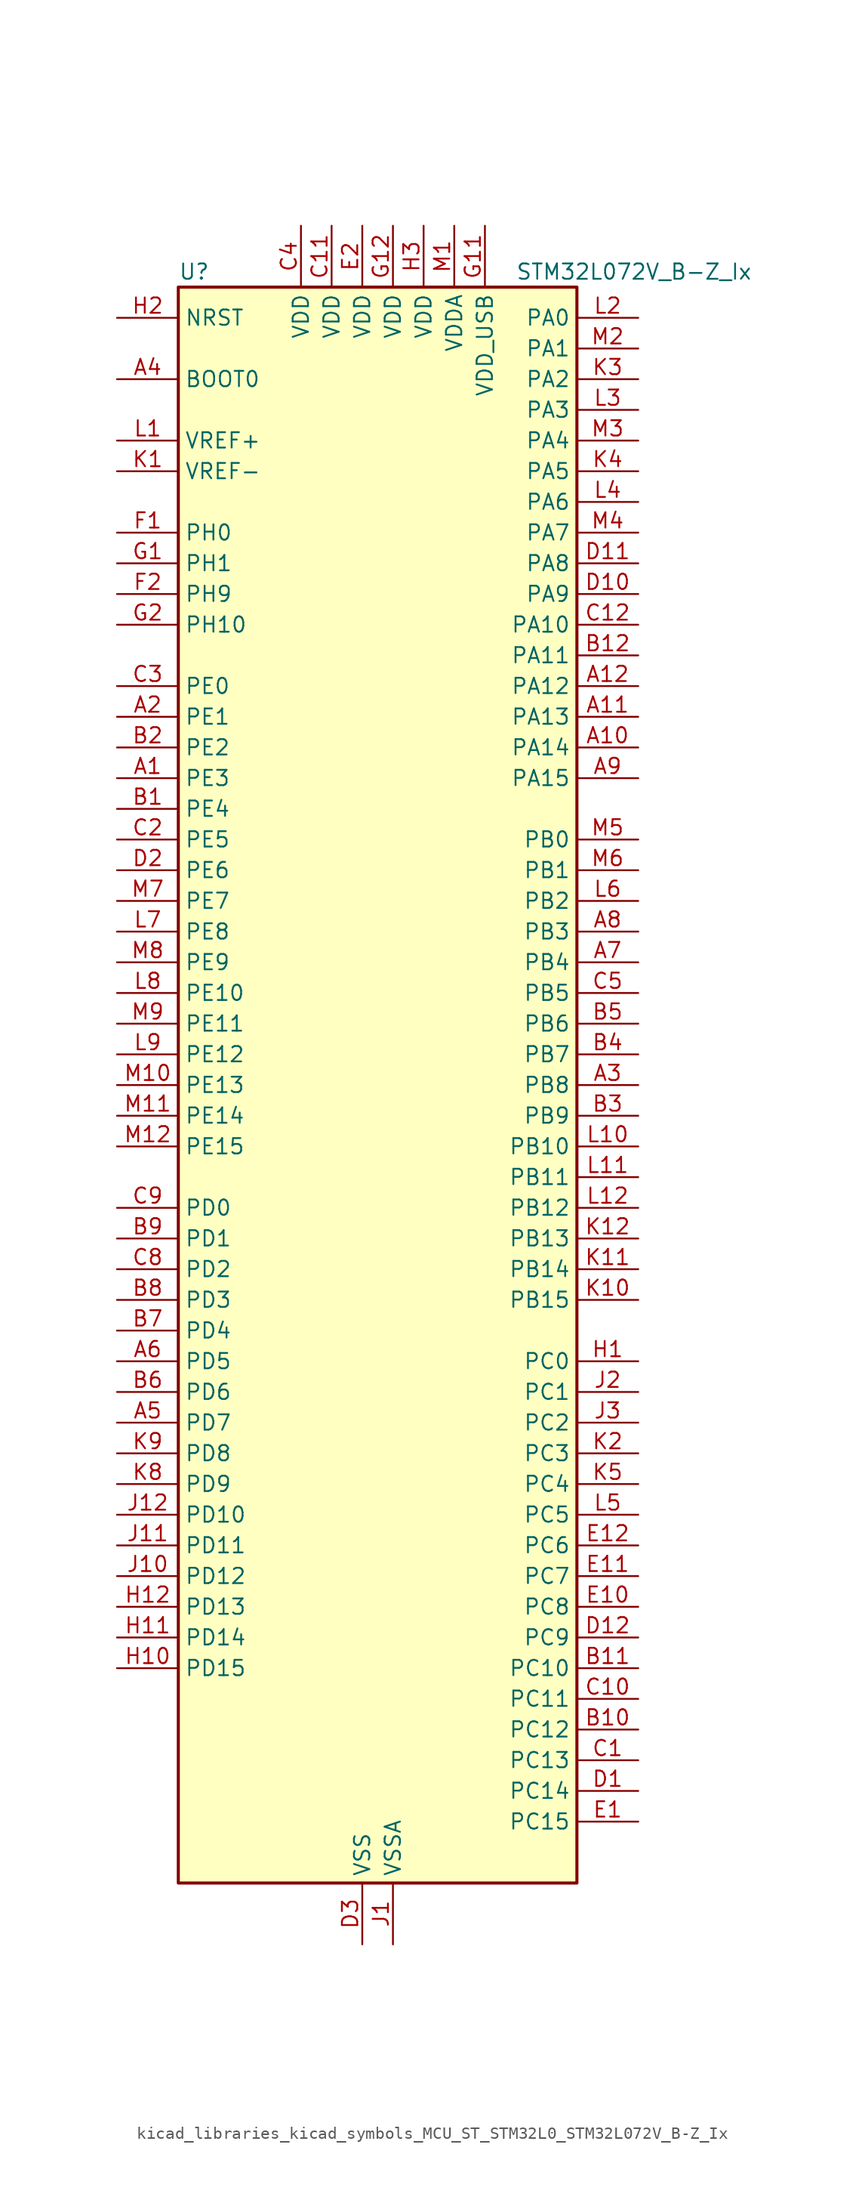
<source format=kicad_sym>
(kicad_symbol_lib
  (version 20220914)
  (generator kicad_symbol_editor)
  (symbol "kicad_libraries_kicad_symbols_MCU_ST_STM32L0_STM32L072V_B-Z_Ix"
    (property "Reference" "U"
      (at -15.24 67.31 0)
      (effects (font (size 1.27 1.27)) (justify left)))
    (property "Value" "STM32L072V_B-Z_Ix"
      (at 12.7 67.31 0)
      (effects (font (size 1.27 1.27)) (justify left)))
    (property "ki_locked" ""
      (at 0 0 0)
      (effects (font (size 1.27 1.27))))
    (symbol "kicad_libraries_kicad_symbols_MCU_ST_STM32L0_STM32L072V_B-Z_Ix_0_1"
      (rectangle (start -15.24 -66.04) (end 17.78 66.04) (stroke (width 0.254) (type default)) (fill (type background))))
    (symbol "kicad_libraries_kicad_symbols_MCU_ST_STM32L0_STM32L072V_B-Z_Ix_1_1"
      (pin bidirectional line (at -20.32 25.4 0) (length 5.08) (name "PE3" (effects (font (size 1.27 1.27)))) (number "A1" (effects (font (size 1.27 1.27)))) (alternate "TIM22_CH1" bidirectional line) (alternate "TIM3_CH1" bidirectional line))
      (pin bidirectional line (at 22.86 27.94 180) (length 5.08) (name "PA14" (effects (font (size 1.27 1.27)))) (number "A10" (effects (font (size 1.27 1.27)))) (alternate "LPUART1_TX" bidirectional line) (alternate "SYS_SWCLK" bidirectional line) (alternate "USART2_TX" bidirectional line))
      (pin bidirectional line (at 22.86 30.48 180) (length 5.08) (name "PA13" (effects (font (size 1.27 1.27)))) (number "A11" (effects (font (size 1.27 1.27)))) (alternate "LPUART1_RX" bidirectional line) (alternate "SYS_SWDIO" bidirectional line) (alternate "USB_NOE" bidirectional line))
      (pin bidirectional line (at 22.86 33.02 180) (length 5.08) (name "PA12" (effects (font (size 1.27 1.27)))) (number "A12" (effects (font (size 1.27 1.27)))) (alternate "COMP2_OUT" bidirectional line) (alternate "SPI1_MOSI" bidirectional line) (alternate "TSC_G4_IO4" bidirectional line) (alternate "USART1_DE" bidirectional line) (alternate "USART1_RTS" bidirectional line) (alternate "USB_DP" bidirectional line))
      (pin bidirectional line (at -20.32 30.48 0) (length 5.08) (name "PE1" (effects (font (size 1.27 1.27)))) (number "A2" (effects (font (size 1.27 1.27)))))
      (pin bidirectional line (at 22.86 0 180) (length 5.08) (name "PB8" (effects (font (size 1.27 1.27)))) (number "A3" (effects (font (size 1.27 1.27)))) (alternate "I2C1_SCL" bidirectional line) (alternate "TSC_SYNC" bidirectional line))
      (pin input line (at -20.32 58.42 0) (length 5.08) (name "BOOT0" (effects (font (size 1.27 1.27)))) (number "A4" (effects (font (size 1.27 1.27)))))
      (pin bidirectional line (at -20.32 -27.94 0) (length 5.08) (name "PD7" (effects (font (size 1.27 1.27)))) (number "A5" (effects (font (size 1.27 1.27)))) (alternate "TIM21_CH2" bidirectional line) (alternate "USART2_CK" bidirectional line))
      (pin bidirectional line (at -20.32 -22.86 0) (length 5.08) (name "PD5" (effects (font (size 1.27 1.27)))) (number "A6" (effects (font (size 1.27 1.27)))) (alternate "USART2_TX" bidirectional line))
      (pin bidirectional line (at 22.86 10.16 180) (length 5.08) (name "PB4" (effects (font (size 1.27 1.27)))) (number "A7" (effects (font (size 1.27 1.27)))) (alternate "COMP2_INP" bidirectional line) (alternate "I2C3_SDA" bidirectional line) (alternate "SPI1_MISO" bidirectional line) (alternate "TIM22_CH1" bidirectional line) (alternate "TIM3_CH1" bidirectional line) (alternate "TSC_G5_IO2" bidirectional line) (alternate "USART1_CTS" bidirectional line) (alternate "USART5_RX" bidirectional line))
      (pin bidirectional line (at 22.86 12.7 180) (length 5.08) (name "PB3" (effects (font (size 1.27 1.27)))) (number "A8" (effects (font (size 1.27 1.27)))) (alternate "COMP2_INM" bidirectional line) (alternate "SPI1_SCK" bidirectional line) (alternate "TIM2_CH2" bidirectional line) (alternate "TSC_G5_IO1" bidirectional line) (alternate "USART1_DE" bidirectional line) (alternate "USART1_RTS" bidirectional line) (alternate "USART5_TX" bidirectional line))
      (pin bidirectional line (at 22.86 25.4 180) (length 5.08) (name "PA15" (effects (font (size 1.27 1.27)))) (number "A9" (effects (font (size 1.27 1.27)))) (alternate "SPI1_NSS" bidirectional line) (alternate "TIM2_CH1" bidirectional line) (alternate "TIM2_ETR" bidirectional line) (alternate "USART2_RX" bidirectional line) (alternate "USART4_DE" bidirectional line) (alternate "USART4_RTS" bidirectional line))
      (pin bidirectional line (at -20.32 22.86 0) (length 5.08) (name "PE4" (effects (font (size 1.27 1.27)))) (number "B1" (effects (font (size 1.27 1.27)))) (alternate "TIM22_CH2" bidirectional line) (alternate "TIM3_CH2" bidirectional line))
      (pin bidirectional line (at 22.86 -53.34 180) (length 5.08) (name "PC12" (effects (font (size 1.27 1.27)))) (number "B10" (effects (font (size 1.27 1.27)))) (alternate "USART4_CK" bidirectional line) (alternate "USART5_TX" bidirectional line))
      (pin bidirectional line (at 22.86 -48.26 180) (length 5.08) (name "PC10" (effects (font (size 1.27 1.27)))) (number "B11" (effects (font (size 1.27 1.27)))) (alternate "LPUART1_TX" bidirectional line) (alternate "USART4_TX" bidirectional line))
      (pin bidirectional line (at 22.86 35.56 180) (length 5.08) (name "PA11" (effects (font (size 1.27 1.27)))) (number "B12" (effects (font (size 1.27 1.27)))) (alternate "ADC_EXTI11" bidirectional line) (alternate "COMP1_OUT" bidirectional line) (alternate "SPI1_MISO" bidirectional line) (alternate "TSC_G4_IO3" bidirectional line) (alternate "USART1_CTS" bidirectional line) (alternate "USB_DM" bidirectional line))
      (pin bidirectional line (at -20.32 27.94 0) (length 5.08) (name "PE2" (effects (font (size 1.27 1.27)))) (number "B2" (effects (font (size 1.27 1.27)))) (alternate "TIM3_ETR" bidirectional line))
      (pin bidirectional line (at 22.86 -2.54 180) (length 5.08) (name "PB9" (effects (font (size 1.27 1.27)))) (number "B3" (effects (font (size 1.27 1.27)))) (alternate "DAC_EXTI9" bidirectional line) (alternate "I2C1_SDA" bidirectional line) (alternate "I2S2_WS" bidirectional line) (alternate "SPI2_NSS" bidirectional line))
      (pin bidirectional line (at 22.86 2.54 180) (length 5.08) (name "PB7" (effects (font (size 1.27 1.27)))) (number "B4" (effects (font (size 1.27 1.27)))) (alternate "COMP2_INP" bidirectional line) (alternate "I2C1_SDA" bidirectional line) (alternate "LPTIM1_IN2" bidirectional line) (alternate "SYS_PVD_IN" bidirectional line) (alternate "TSC_G5_IO4" bidirectional line) (alternate "USART1_RX" bidirectional line) (alternate "USART4_CTS" bidirectional line))
      (pin bidirectional line (at 22.86 5.08 180) (length 5.08) (name "PB6" (effects (font (size 1.27 1.27)))) (number "B5" (effects (font (size 1.27 1.27)))) (alternate "COMP2_INP" bidirectional line) (alternate "I2C1_SCL" bidirectional line) (alternate "LPTIM1_ETR" bidirectional line) (alternate "TSC_G5_IO3" bidirectional line) (alternate "USART1_TX" bidirectional line))
      (pin bidirectional line (at -20.32 -25.4 0) (length 5.08) (name "PD6" (effects (font (size 1.27 1.27)))) (number "B6" (effects (font (size 1.27 1.27)))) (alternate "USART2_RX" bidirectional line))
      (pin bidirectional line (at -20.32 -20.32 0) (length 5.08) (name "PD4" (effects (font (size 1.27 1.27)))) (number "B7" (effects (font (size 1.27 1.27)))) (alternate "I2S2_SD" bidirectional line) (alternate "SPI2_MOSI" bidirectional line) (alternate "USART2_DE" bidirectional line) (alternate "USART2_RTS" bidirectional line))
      (pin bidirectional line (at -20.32 -17.78 0) (length 5.08) (name "PD3" (effects (font (size 1.27 1.27)))) (number "B8" (effects (font (size 1.27 1.27)))) (alternate "I2S2_MCK" bidirectional line) (alternate "SPI2_MISO" bidirectional line) (alternate "USART2_CTS" bidirectional line))
      (pin bidirectional line (at -20.32 -12.7 0) (length 5.08) (name "PD1" (effects (font (size 1.27 1.27)))) (number "B9" (effects (font (size 1.27 1.27)))) (alternate "I2S2_CK" bidirectional line) (alternate "SPI2_SCK" bidirectional line))
      (pin bidirectional line (at 22.86 -55.88 180) (length 5.08) (name "PC13" (effects (font (size 1.27 1.27)))) (number "C1" (effects (font (size 1.27 1.27)))) (alternate "RTC_OUT_ALARM" bidirectional line) (alternate "RTC_OUT_CALIB" bidirectional line) (alternate "RTC_TAMP1" bidirectional line) (alternate "RTC_TS" bidirectional line) (alternate "SYS_WKUP2" bidirectional line))
      (pin bidirectional line (at 22.86 -50.8 180) (length 5.08) (name "PC11" (effects (font (size 1.27 1.27)))) (number "C10" (effects (font (size 1.27 1.27)))) (alternate "ADC_EXTI11" bidirectional line) (alternate "LPUART1_RX" bidirectional line) (alternate "USART4_RX" bidirectional line))
      (pin power_in line (at -2.54 71.12 270) (length 5.08) (name "VDD" (effects (font (size 1.27 1.27)))) (number "C11" (effects (font (size 1.27 1.27)))))
      (pin bidirectional line (at 22.86 38.1 180) (length 5.08) (name "PA10" (effects (font (size 1.27 1.27)))) (number "C12" (effects (font (size 1.27 1.27)))) (alternate "I2C1_SDA" bidirectional line) (alternate "TSC_G4_IO2" bidirectional line) (alternate "USART1_RX" bidirectional line))
      (pin bidirectional line (at -20.32 20.32 0) (length 5.08) (name "PE5" (effects (font (size 1.27 1.27)))) (number "C2" (effects (font (size 1.27 1.27)))) (alternate "TIM21_CH1" bidirectional line) (alternate "TIM3_CH3" bidirectional line))
      (pin bidirectional line (at -20.32 33.02 0) (length 5.08) (name "PE0" (effects (font (size 1.27 1.27)))) (number "C3" (effects (font (size 1.27 1.27)))))
      (pin power_in line (at -5.08 71.12 270) (length 5.08) (name "VDD" (effects (font (size 1.27 1.27)))) (number "C4" (effects (font (size 1.27 1.27)))))
      (pin bidirectional line (at 22.86 7.62 180) (length 5.08) (name "PB5" (effects (font (size 1.27 1.27)))) (number "C5" (effects (font (size 1.27 1.27)))) (alternate "COMP2_INP" bidirectional line) (alternate "I2C1_SMBA" bidirectional line) (alternate "LPTIM1_IN1" bidirectional line) (alternate "SPI1_MOSI" bidirectional line) (alternate "TIM22_CH2" bidirectional line) (alternate "TIM3_CH2" bidirectional line) (alternate "USART1_CK" bidirectional line) (alternate "USART5_CK" bidirectional line) (alternate "USART5_DE" bidirectional line) (alternate "USART5_RTS" bidirectional line))
      (pin bidirectional line (at -20.32 -15.24 0) (length 5.08) (name "PD2" (effects (font (size 1.27 1.27)))) (number "C8" (effects (font (size 1.27 1.27)))) (alternate "LPUART1_DE" bidirectional line) (alternate "LPUART1_RTS" bidirectional line) (alternate "TIM3_ETR" bidirectional line) (alternate "USART5_RX" bidirectional line))
      (pin bidirectional line (at -20.32 -10.16 0) (length 5.08) (name "PD0" (effects (font (size 1.27 1.27)))) (number "C9" (effects (font (size 1.27 1.27)))) (alternate "I2S2_WS" bidirectional line) (alternate "SPI2_NSS" bidirectional line) (alternate "TIM21_CH1" bidirectional line))
      (pin bidirectional line (at 22.86 -58.42 180) (length 5.08) (name "PC14" (effects (font (size 1.27 1.27)))) (number "D1" (effects (font (size 1.27 1.27)))) (alternate "RCC_OSC32_IN" bidirectional line))
      (pin bidirectional line (at 22.86 40.64 180) (length 5.08) (name "PA9" (effects (font (size 1.27 1.27)))) (number "D10" (effects (font (size 1.27 1.27)))) (alternate "DAC_EXTI9" bidirectional line) (alternate "I2C1_SCL" bidirectional line) (alternate "I2C3_SMBA" bidirectional line) (alternate "RCC_MCO" bidirectional line) (alternate "TSC_G4_IO1" bidirectional line) (alternate "USART1_TX" bidirectional line))
      (pin bidirectional line (at 22.86 43.18 180) (length 5.08) (name "PA8" (effects (font (size 1.27 1.27)))) (number "D11" (effects (font (size 1.27 1.27)))) (alternate "CRS_SYNC" bidirectional line) (alternate "I2C3_SCL" bidirectional line) (alternate "RCC_MCO" bidirectional line) (alternate "USART1_CK" bidirectional line))
      (pin bidirectional line (at 22.86 -45.72 180) (length 5.08) (name "PC9" (effects (font (size 1.27 1.27)))) (number "D12" (effects (font (size 1.27 1.27)))) (alternate "DAC_EXTI9" bidirectional line) (alternate "I2C3_SDA" bidirectional line) (alternate "TIM21_ETR" bidirectional line) (alternate "TIM3_CH4" bidirectional line) (alternate "TSC_G8_IO4" bidirectional line) (alternate "USB_NOE" bidirectional line))
      (pin bidirectional line (at -20.32 17.78 0) (length 5.08) (name "PE6" (effects (font (size 1.27 1.27)))) (number "D2" (effects (font (size 1.27 1.27)))) (alternate "RTC_TAMP3" bidirectional line) (alternate "SYS_WKUP3" bidirectional line) (alternate "TIM21_CH2" bidirectional line) (alternate "TIM3_CH4" bidirectional line))
      (pin power_in line (at 0 -71.12 90) (length 5.08) (name "VSS" (effects (font (size 1.27 1.27)))) (number "D3" (effects (font (size 1.27 1.27)))))
      (pin bidirectional line (at 22.86 -60.96 180) (length 5.08) (name "PC15" (effects (font (size 1.27 1.27)))) (number "E1" (effects (font (size 1.27 1.27)))) (alternate "RCC_OSC32_OUT" bidirectional line))
      (pin bidirectional line (at 22.86 -43.18 180) (length 5.08) (name "PC8" (effects (font (size 1.27 1.27)))) (number "E10" (effects (font (size 1.27 1.27)))) (alternate "TIM22_ETR" bidirectional line) (alternate "TIM3_CH3" bidirectional line) (alternate "TSC_G8_IO3" bidirectional line))
      (pin bidirectional line (at 22.86 -40.64 180) (length 5.08) (name "PC7" (effects (font (size 1.27 1.27)))) (number "E11" (effects (font (size 1.27 1.27)))) (alternate "TIM22_CH2" bidirectional line) (alternate "TIM3_CH2" bidirectional line) (alternate "TSC_G8_IO2" bidirectional line))
      (pin bidirectional line (at 22.86 -38.1 180) (length 5.08) (name "PC6" (effects (font (size 1.27 1.27)))) (number "E12" (effects (font (size 1.27 1.27)))) (alternate "TIM22_CH1" bidirectional line) (alternate "TIM3_CH1" bidirectional line) (alternate "TSC_G8_IO1" bidirectional line))
      (pin power_in line (at 0 71.12 270) (length 5.08) (name "VDD" (effects (font (size 1.27 1.27)))) (number "E2" (effects (font (size 1.27 1.27)))))
      (pin passive line (at 0 -71.12 90) (length 5.08) hide (name "VSS" (effects (font (size 1.27 1.27)))) (number "E3" (effects (font (size 1.27 1.27)))))
      (pin bidirectional line (at -20.32 45.72 0) (length 5.08) (name "PH0" (effects (font (size 1.27 1.27)))) (number "F1" (effects (font (size 1.27 1.27)))) (alternate "CRS_SYNC" bidirectional line) (alternate "RCC_OSC_IN" bidirectional line))
      (pin passive line (at 0 -71.12 90) (length 5.08) hide (name "VSS" (effects (font (size 1.27 1.27)))) (number "F11" (effects (font (size 1.27 1.27)))))
      (pin passive line (at 0 -71.12 90) (length 5.08) hide (name "VSS" (effects (font (size 1.27 1.27)))) (number "F12" (effects (font (size 1.27 1.27)))))
      (pin bidirectional line (at -20.32 40.64 0) (length 5.08) (name "PH9" (effects (font (size 1.27 1.27)))) (number "F2" (effects (font (size 1.27 1.27)))) (alternate "DAC_EXTI9" bidirectional line))
      (pin bidirectional line (at -20.32 43.18 0) (length 5.08) (name "PH1" (effects (font (size 1.27 1.27)))) (number "G1" (effects (font (size 1.27 1.27)))) (alternate "RCC_OSC_OUT" bidirectional line))
      (pin power_in line (at 10.16 71.12 270) (length 5.08) (name "VDD_USB" (effects (font (size 1.27 1.27)))) (number "G11" (effects (font (size 1.27 1.27)))))
      (pin power_in line (at 2.54 71.12 270) (length 5.08) (name "VDD" (effects (font (size 1.27 1.27)))) (number "G12" (effects (font (size 1.27 1.27)))))
      (pin bidirectional line (at -20.32 38.1 0) (length 5.08) (name "PH10" (effects (font (size 1.27 1.27)))) (number "G2" (effects (font (size 1.27 1.27)))))
      (pin bidirectional line (at 22.86 -22.86 180) (length 5.08) (name "PC0" (effects (font (size 1.27 1.27)))) (number "H1" (effects (font (size 1.27 1.27)))) (alternate "ADC_IN10" bidirectional line) (alternate "I2C3_SCL" bidirectional line) (alternate "LPTIM1_IN1" bidirectional line) (alternate "LPUART1_RX" bidirectional line) (alternate "TSC_G7_IO1" bidirectional line))
      (pin bidirectional line (at -20.32 -48.26 0) (length 5.08) (name "PD15" (effects (font (size 1.27 1.27)))) (number "H10" (effects (font (size 1.27 1.27)))) (alternate "CRS_SYNC" bidirectional line))
      (pin bidirectional line (at -20.32 -45.72 0) (length 5.08) (name "PD14" (effects (font (size 1.27 1.27)))) (number "H11" (effects (font (size 1.27 1.27)))))
      (pin bidirectional line (at -20.32 -43.18 0) (length 5.08) (name "PD13" (effects (font (size 1.27 1.27)))) (number "H12" (effects (font (size 1.27 1.27)))))
      (pin input line (at -20.32 63.5 0) (length 5.08) (name "NRST" (effects (font (size 1.27 1.27)))) (number "H2" (effects (font (size 1.27 1.27)))))
      (pin power_in line (at 5.08 71.12 270) (length 5.08) (name "VDD" (effects (font (size 1.27 1.27)))) (number "H3" (effects (font (size 1.27 1.27)))))
      (pin power_in line (at 2.54 -71.12 90) (length 5.08) (name "VSSA" (effects (font (size 1.27 1.27)))) (number "J1" (effects (font (size 1.27 1.27)))))
      (pin bidirectional line (at -20.32 -40.64 0) (length 5.08) (name "PD12" (effects (font (size 1.27 1.27)))) (number "J10" (effects (font (size 1.27 1.27)))) (alternate "LPUART1_DE" bidirectional line) (alternate "LPUART1_RTS" bidirectional line))
      (pin bidirectional line (at -20.32 -38.1 0) (length 5.08) (name "PD11" (effects (font (size 1.27 1.27)))) (number "J11" (effects (font (size 1.27 1.27)))) (alternate "ADC_EXTI11" bidirectional line) (alternate "LPUART1_CTS" bidirectional line))
      (pin bidirectional line (at -20.32 -35.56 0) (length 5.08) (name "PD10" (effects (font (size 1.27 1.27)))) (number "J12" (effects (font (size 1.27 1.27)))))
      (pin bidirectional line (at 22.86 -25.4 180) (length 5.08) (name "PC1" (effects (font (size 1.27 1.27)))) (number "J2" (effects (font (size 1.27 1.27)))) (alternate "ADC_IN11" bidirectional line) (alternate "I2C3_SDA" bidirectional line) (alternate "LPTIM1_OUT" bidirectional line) (alternate "LPUART1_TX" bidirectional line) (alternate "TSC_G7_IO2" bidirectional line))
      (pin bidirectional line (at 22.86 -27.94 180) (length 5.08) (name "PC2" (effects (font (size 1.27 1.27)))) (number "J3" (effects (font (size 1.27 1.27)))) (alternate "ADC_IN12" bidirectional line) (alternate "I2S2_MCK" bidirectional line) (alternate "LPTIM1_IN2" bidirectional line) (alternate "SPI2_MISO" bidirectional line) (alternate "TSC_G7_IO3" bidirectional line))
      (pin input line (at -20.32 50.8 0) (length 5.08) (name "VREF-" (effects (font (size 1.27 1.27)))) (number "K1" (effects (font (size 1.27 1.27)))))
      (pin bidirectional line (at 22.86 -17.78 180) (length 5.08) (name "PB15" (effects (font (size 1.27 1.27)))) (number "K10" (effects (font (size 1.27 1.27)))) (alternate "I2S2_SD" bidirectional line) (alternate "RTC_REFIN" bidirectional line) (alternate "SPI2_MOSI" bidirectional line))
      (pin bidirectional line (at 22.86 -15.24 180) (length 5.08) (name "PB14" (effects (font (size 1.27 1.27)))) (number "K11" (effects (font (size 1.27 1.27)))) (alternate "I2C2_SDA" bidirectional line) (alternate "I2S2_MCK" bidirectional line) (alternate "LPUART1_DE" bidirectional line) (alternate "LPUART1_RTS" bidirectional line) (alternate "RTC_OUT_ALARM" bidirectional line) (alternate "RTC_OUT_CALIB" bidirectional line) (alternate "SPI2_MISO" bidirectional line) (alternate "TIM21_CH2" bidirectional line) (alternate "TSC_G6_IO4" bidirectional line))
      (pin bidirectional line (at 22.86 -12.7 180) (length 5.08) (name "PB13" (effects (font (size 1.27 1.27)))) (number "K12" (effects (font (size 1.27 1.27)))) (alternate "I2C2_SCL" bidirectional line) (alternate "I2S2_CK" bidirectional line) (alternate "LPUART1_CTS" bidirectional line) (alternate "RCC_MCO" bidirectional line) (alternate "SPI2_SCK" bidirectional line) (alternate "TIM21_CH1" bidirectional line) (alternate "TSC_G6_IO3" bidirectional line))
      (pin bidirectional line (at 22.86 -30.48 180) (length 5.08) (name "PC3" (effects (font (size 1.27 1.27)))) (number "K2" (effects (font (size 1.27 1.27)))) (alternate "ADC_IN13" bidirectional line) (alternate "I2S2_SD" bidirectional line) (alternate "LPTIM1_ETR" bidirectional line) (alternate "SPI2_MOSI" bidirectional line) (alternate "TSC_G7_IO4" bidirectional line))
      (pin bidirectional line (at 22.86 58.42 180) (length 5.08) (name "PA2" (effects (font (size 1.27 1.27)))) (number "K3" (effects (font (size 1.27 1.27)))) (alternate "ADC_IN2" bidirectional line) (alternate "COMP2_INM" bidirectional line) (alternate "COMP2_OUT" bidirectional line) (alternate "LPUART1_TX" bidirectional line) (alternate "TIM21_CH1" bidirectional line) (alternate "TIM2_CH3" bidirectional line) (alternate "TSC_G1_IO3" bidirectional line) (alternate "USART2_TX" bidirectional line))
      (pin bidirectional line (at 22.86 50.8 180) (length 5.08) (name "PA5" (effects (font (size 1.27 1.27)))) (number "K4" (effects (font (size 1.27 1.27)))) (alternate "ADC_IN5" bidirectional line) (alternate "COMP1_INM" bidirectional line) (alternate "COMP2_INM" bidirectional line) (alternate "DAC_OUT2" bidirectional line) (alternate "SPI1_SCK" bidirectional line) (alternate "TIM2_CH1" bidirectional line) (alternate "TIM2_ETR" bidirectional line) (alternate "TSC_G2_IO2" bidirectional line))
      (pin bidirectional line (at 22.86 -33.02 180) (length 5.08) (name "PC4" (effects (font (size 1.27 1.27)))) (number "K5" (effects (font (size 1.27 1.27)))) (alternate "ADC_IN14" bidirectional line) (alternate "LPUART1_TX" bidirectional line))
      (pin bidirectional line (at -20.32 -33.02 0) (length 5.08) (name "PD9" (effects (font (size 1.27 1.27)))) (number "K8" (effects (font (size 1.27 1.27)))) (alternate "DAC_EXTI9" bidirectional line) (alternate "LPUART1_RX" bidirectional line))
      (pin bidirectional line (at -20.32 -30.48 0) (length 5.08) (name "PD8" (effects (font (size 1.27 1.27)))) (number "K9" (effects (font (size 1.27 1.27)))) (alternate "LPUART1_TX" bidirectional line))
      (pin input line (at -20.32 53.34 0) (length 5.08) (name "VREF+" (effects (font (size 1.27 1.27)))) (number "L1" (effects (font (size 1.27 1.27)))))
      (pin bidirectional line (at 22.86 -5.08 180) (length 5.08) (name "PB10" (effects (font (size 1.27 1.27)))) (number "L10" (effects (font (size 1.27 1.27)))) (alternate "I2C2_SCL" bidirectional line) (alternate "LPUART1_RX" bidirectional line) (alternate "LPUART1_TX" bidirectional line) (alternate "SPI2_SCK" bidirectional line) (alternate "TIM2_CH3" bidirectional line) (alternate "TSC_SYNC" bidirectional line))
      (pin bidirectional line (at 22.86 -7.62 180) (length 5.08) (name "PB11" (effects (font (size 1.27 1.27)))) (number "L11" (effects (font (size 1.27 1.27)))) (alternate "ADC_EXTI11" bidirectional line) (alternate "I2C2_SDA" bidirectional line) (alternate "LPUART1_RX" bidirectional line) (alternate "LPUART1_TX" bidirectional line) (alternate "TIM2_CH4" bidirectional line) (alternate "TSC_G6_IO1" bidirectional line))
      (pin bidirectional line (at 22.86 -10.16 180) (length 5.08) (name "PB12" (effects (font (size 1.27 1.27)))) (number "L12" (effects (font (size 1.27 1.27)))) (alternate "I2S2_WS" bidirectional line) (alternate "LPUART1_DE" bidirectional line) (alternate "LPUART1_RTS" bidirectional line) (alternate "SPI2_NSS" bidirectional line) (alternate "TSC_G6_IO2" bidirectional line))
      (pin bidirectional line (at 22.86 63.5 180) (length 5.08) (name "PA0" (effects (font (size 1.27 1.27)))) (number "L2" (effects (font (size 1.27 1.27)))) (alternate "ADC_IN0" bidirectional line) (alternate "COMP1_INM" bidirectional line) (alternate "COMP1_OUT" bidirectional line) (alternate "RTC_TAMP2" bidirectional line) (alternate "SYS_WKUP1" bidirectional line) (alternate "TIM2_CH1" bidirectional line) (alternate "TIM2_ETR" bidirectional line) (alternate "TSC_G1_IO1" bidirectional line) (alternate "USART2_CTS" bidirectional line) (alternate "USART4_TX" bidirectional line))
      (pin bidirectional line (at 22.86 55.88 180) (length 5.08) (name "PA3" (effects (font (size 1.27 1.27)))) (number "L3" (effects (font (size 1.27 1.27)))) (alternate "ADC_IN3" bidirectional line) (alternate "COMP2_INP" bidirectional line) (alternate "LPUART1_RX" bidirectional line) (alternate "TIM21_CH2" bidirectional line) (alternate "TIM2_CH4" bidirectional line) (alternate "TSC_G1_IO4" bidirectional line) (alternate "USART2_RX" bidirectional line))
      (pin bidirectional line (at 22.86 48.26 180) (length 5.08) (name "PA6" (effects (font (size 1.27 1.27)))) (number "L4" (effects (font (size 1.27 1.27)))) (alternate "ADC_IN6" bidirectional line) (alternate "COMP1_OUT" bidirectional line) (alternate "LPUART1_CTS" bidirectional line) (alternate "SPI1_MISO" bidirectional line) (alternate "TIM22_CH1" bidirectional line) (alternate "TIM3_CH1" bidirectional line) (alternate "TSC_G2_IO3" bidirectional line))
      (pin bidirectional line (at 22.86 -35.56 180) (length 5.08) (name "PC5" (effects (font (size 1.27 1.27)))) (number "L5" (effects (font (size 1.27 1.27)))) (alternate "ADC_IN15" bidirectional line) (alternate "LPUART1_RX" bidirectional line) (alternate "TSC_G3_IO1" bidirectional line))
      (pin bidirectional line (at 22.86 15.24 180) (length 5.08) (name "PB2" (effects (font (size 1.27 1.27)))) (number "L6" (effects (font (size 1.27 1.27)))) (alternate "I2C3_SMBA" bidirectional line) (alternate "LPTIM1_OUT" bidirectional line) (alternate "TSC_G3_IO4" bidirectional line))
      (pin bidirectional line (at -20.32 12.7 0) (length 5.08) (name "PE8" (effects (font (size 1.27 1.27)))) (number "L7" (effects (font (size 1.27 1.27)))) (alternate "USART4_TX" bidirectional line))
      (pin bidirectional line (at -20.32 7.62 0) (length 5.08) (name "PE10" (effects (font (size 1.27 1.27)))) (number "L8" (effects (font (size 1.27 1.27)))) (alternate "TIM2_CH2" bidirectional line) (alternate "USART5_TX" bidirectional line))
      (pin bidirectional line (at -20.32 2.54 0) (length 5.08) (name "PE12" (effects (font (size 1.27 1.27)))) (number "L9" (effects (font (size 1.27 1.27)))) (alternate "SPI1_NSS" bidirectional line) (alternate "TIM2_CH4" bidirectional line))
      (pin power_in line (at 7.62 71.12 270) (length 5.08) (name "VDDA" (effects (font (size 1.27 1.27)))) (number "M1" (effects (font (size 1.27 1.27)))))
      (pin bidirectional line (at -20.32 0 0) (length 5.08) (name "PE13" (effects (font (size 1.27 1.27)))) (number "M10" (effects (font (size 1.27 1.27)))) (alternate "SPI1_SCK" bidirectional line))
      (pin bidirectional line (at -20.32 -2.54 0) (length 5.08) (name "PE14" (effects (font (size 1.27 1.27)))) (number "M11" (effects (font (size 1.27 1.27)))) (alternate "SPI1_MISO" bidirectional line))
      (pin bidirectional line (at -20.32 -5.08 0) (length 5.08) (name "PE15" (effects (font (size 1.27 1.27)))) (number "M12" (effects (font (size 1.27 1.27)))) (alternate "SPI1_MOSI" bidirectional line))
      (pin bidirectional line (at 22.86 60.96 180) (length 5.08) (name "PA1" (effects (font (size 1.27 1.27)))) (number "M2" (effects (font (size 1.27 1.27)))) (alternate "ADC_IN1" bidirectional line) (alternate "COMP1_INP" bidirectional line) (alternate "TIM21_ETR" bidirectional line) (alternate "TIM2_CH2" bidirectional line) (alternate "TSC_G1_IO2" bidirectional line) (alternate "USART2_DE" bidirectional line) (alternate "USART2_RTS" bidirectional line) (alternate "USART4_RX" bidirectional line))
      (pin bidirectional line (at 22.86 53.34 180) (length 5.08) (name "PA4" (effects (font (size 1.27 1.27)))) (number "M3" (effects (font (size 1.27 1.27)))) (alternate "ADC_IN4" bidirectional line) (alternate "COMP1_INM" bidirectional line) (alternate "COMP2_INM" bidirectional line) (alternate "DAC_OUT1" bidirectional line) (alternate "SPI1_NSS" bidirectional line) (alternate "TIM22_ETR" bidirectional line) (alternate "TSC_G2_IO1" bidirectional line) (alternate "USART2_CK" bidirectional line))
      (pin bidirectional line (at 22.86 45.72 180) (length 5.08) (name "PA7" (effects (font (size 1.27 1.27)))) (number "M4" (effects (font (size 1.27 1.27)))) (alternate "ADC_IN7" bidirectional line) (alternate "COMP2_OUT" bidirectional line) (alternate "SPI1_MOSI" bidirectional line) (alternate "TIM22_CH2" bidirectional line) (alternate "TIM3_CH2" bidirectional line) (alternate "TSC_G2_IO4" bidirectional line))
      (pin bidirectional line (at 22.86 20.32 180) (length 5.08) (name "PB0" (effects (font (size 1.27 1.27)))) (number "M5" (effects (font (size 1.27 1.27)))) (alternate "ADC_IN8" bidirectional line) (alternate "SYS_VREF_OUT_PB0" bidirectional line) (alternate "TIM3_CH3" bidirectional line) (alternate "TSC_G3_IO2" bidirectional line))
      (pin bidirectional line (at 22.86 17.78 180) (length 5.08) (name "PB1" (effects (font (size 1.27 1.27)))) (number "M6" (effects (font (size 1.27 1.27)))) (alternate "ADC_IN9" bidirectional line) (alternate "LPUART1_DE" bidirectional line) (alternate "LPUART1_RTS" bidirectional line) (alternate "SYS_VREF_OUT_PB1" bidirectional line) (alternate "TIM3_CH4" bidirectional line) (alternate "TSC_G3_IO3" bidirectional line))
      (pin bidirectional line (at -20.32 15.24 0) (length 5.08) (name "PE7" (effects (font (size 1.27 1.27)))) (number "M7" (effects (font (size 1.27 1.27)))) (alternate "USART5_CK" bidirectional line) (alternate "USART5_DE" bidirectional line) (alternate "USART5_RTS" bidirectional line))
      (pin bidirectional line (at -20.32 10.16 0) (length 5.08) (name "PE9" (effects (font (size 1.27 1.27)))) (number "M8" (effects (font (size 1.27 1.27)))) (alternate "DAC_EXTI9" bidirectional line) (alternate "TIM2_CH1" bidirectional line) (alternate "TIM2_ETR" bidirectional line) (alternate "USART4_RX" bidirectional line))
      (pin bidirectional line (at -20.32 5.08 0) (length 5.08) (name "PE11" (effects (font (size 1.27 1.27)))) (number "M9" (effects (font (size 1.27 1.27)))) (alternate "ADC_EXTI11" bidirectional line) (alternate "TIM2_CH3" bidirectional line) (alternate "USART5_RX" bidirectional line)))))
</source>
